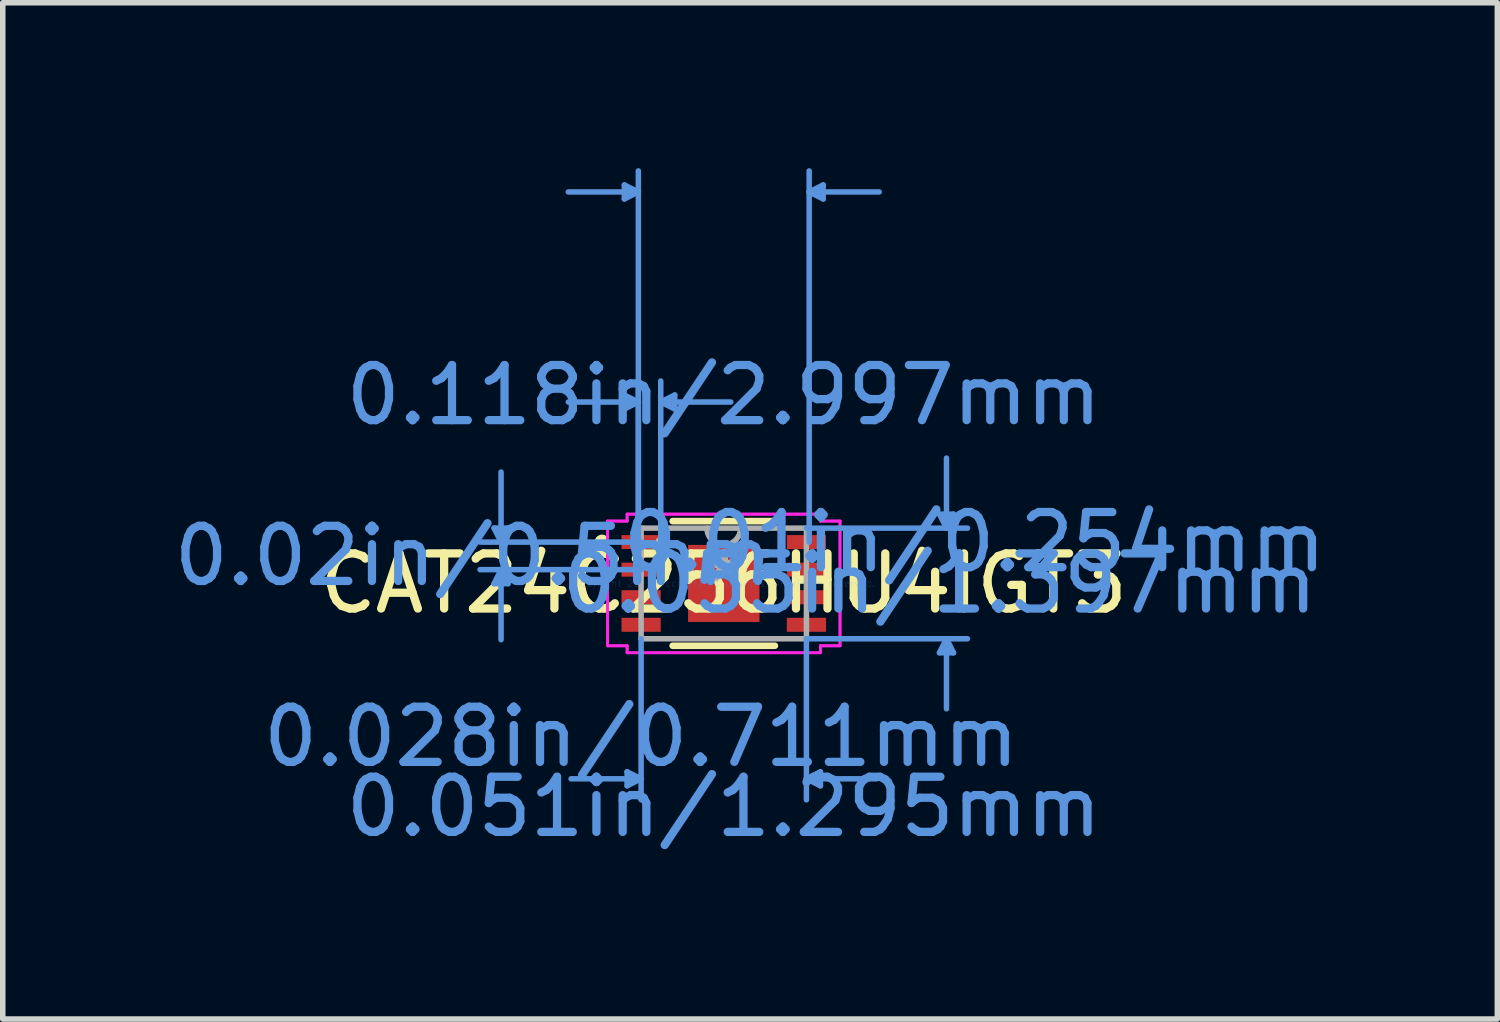
<source format=kicad_pcb>
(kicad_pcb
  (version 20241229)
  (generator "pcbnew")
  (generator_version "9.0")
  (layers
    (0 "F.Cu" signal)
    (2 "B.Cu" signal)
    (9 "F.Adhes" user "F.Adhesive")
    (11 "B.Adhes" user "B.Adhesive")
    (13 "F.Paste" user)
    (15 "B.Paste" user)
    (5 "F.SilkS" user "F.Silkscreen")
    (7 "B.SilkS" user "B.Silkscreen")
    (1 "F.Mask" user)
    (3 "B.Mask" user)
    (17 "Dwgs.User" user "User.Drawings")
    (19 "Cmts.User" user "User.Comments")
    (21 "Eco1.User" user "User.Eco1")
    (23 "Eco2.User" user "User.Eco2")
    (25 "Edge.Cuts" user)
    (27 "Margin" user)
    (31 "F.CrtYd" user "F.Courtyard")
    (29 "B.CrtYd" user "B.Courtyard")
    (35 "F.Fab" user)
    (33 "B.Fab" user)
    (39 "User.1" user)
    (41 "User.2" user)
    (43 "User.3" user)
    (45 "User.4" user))
  (footprint "CAT24C256HU4IGT3"
    (layer "F.Cu")
    (at 10.076 7.531)
    (property "Reference" "CAT24C256HU4IGT3" (at 0 0 0) (layer "F.SilkS") (effects (font (size 1 1) (thickness 0.15))))
    (attr through_hole)
    (fp_line (start -0.927 1.13) (end 0.927 1.13) (stroke (width 0.12) (type solid)) (layer "F.SilkS"))
    (fp_line (start 0.927 -1.13) (end -0.927 -1.13) (stroke (width 0.12) (type solid)) (layer "F.SilkS"))
    (fp_arc (start -2.18694 -0.676171) (mid -2.282 -0.75) (end -2.18694 -0.823829) (stroke (width 0.12) (type solid)) (layer "F.SilkS"))
    (fp_line (start -4.166 -1.004) (end -3.912 -1.004) (stroke (width 0.1) (type solid)) (layer "Cmts.User"))
    (fp_line (start -4.166 0.004) (end -3.912 0.004) (stroke (width 0.1) (type solid)) (layer "Cmts.User"))
    (fp_line (start -4.039 -0.75) (end -4.166 -1.004) (stroke (width 0.1) (type solid)) (layer "Cmts.User"))
    (fp_line (start -4.039 -0.75) (end -4.039 -2.02) (stroke (width 0.1) (type solid)) (layer "Cmts.User"))
    (fp_line (start -4.039 -0.75) (end -3.912 -1.004) (stroke (width 0.1) (type solid)) (layer "Cmts.User"))
    (fp_line (start -4.039 -0.25) (end -4.166 0.004) (stroke (width 0.1) (type solid)) (layer "Cmts.User"))
    (fp_line (start -4.039 -0.25) (end -4.039 1.02) (stroke (width 0.1) (type solid)) (layer "Cmts.User"))
    (fp_line (start -4.039 -0.25) (end -3.912 0.004) (stroke (width 0.1) (type solid)) (layer "Cmts.User"))
    (fp_line (start -1.803 -7.227) (end -1.803 -6.973) (stroke (width 0.1) (type solid)) (layer "Cmts.User"))
    (fp_line (start -1.803 -3.417) (end -1.803 -3.163) (stroke (width 0.1) (type solid)) (layer "Cmts.User"))
    (fp_line (start -1.753 3.416) (end -1.753 3.67) (stroke (width 0.1) (type solid)) (layer "Cmts.User"))
    (fp_line (start -1.549 -7.1) (end -2.819 -7.1) (stroke (width 0.1) (type solid)) (layer "Cmts.User"))
    (fp_line (start -1.549 -7.1) (end -1.803 -7.227) (stroke (width 0.1) (type solid)) (layer "Cmts.User"))
    (fp_line (start -1.549 -7.1) (end -1.803 -6.973) (stroke (width 0.1) (type solid)) (layer "Cmts.User"))
    (fp_line (start -1.549 -3.29) (end -2.819 -3.29) (stroke (width 0.1) (type solid)) (layer "Cmts.User"))
    (fp_line (start -1.549 -3.29) (end -1.803 -3.417) (stroke (width 0.1) (type solid)) (layer "Cmts.User"))
    (fp_line (start -1.549 -3.29) (end -1.803 -3.163) (stroke (width 0.1) (type solid)) (layer "Cmts.User"))
    (fp_line (start -1.549 -0.75) (end -1.549 -7.481) (stroke (width 0.1) (type solid)) (layer "Cmts.User"))
    (fp_line (start -1.549 -0.75) (end -1.549 -3.671) (stroke (width 0.1) (type solid)) (layer "Cmts.User"))
    (fp_line (start -1.499 -0.75) (end -4.42 -0.75) (stroke (width 0.1) (type solid)) (layer "Cmts.User"))
    (fp_line (start -1.499 -0.25) (end -4.42 -0.25) (stroke (width 0.1) (type solid)) (layer "Cmts.User"))
    (fp_line (start -1.499 1.003) (end -1.499 3.924) (stroke (width 0.1) (type solid)) (layer "Cmts.User"))
    (fp_line (start -1.499 3.543) (end -2.769 3.543) (stroke (width 0.1) (type solid)) (layer "Cmts.User"))
    (fp_line (start -1.499 3.543) (end -1.753 3.416) (stroke (width 0.1) (type solid)) (layer "Cmts.User"))
    (fp_line (start -1.499 3.543) (end -1.753 3.67) (stroke (width 0.1) (type solid)) (layer "Cmts.User"))
    (fp_line (start -1.143 -3.29) (end -0.889 -3.417) (stroke (width 0.1) (type solid)) (layer "Cmts.User"))
    (fp_line (start -1.143 -3.29) (end -0.889 -3.163) (stroke (width 0.1) (type solid)) (layer "Cmts.User"))
    (fp_line (start -1.143 -3.29) (end 0.127 -3.29) (stroke (width 0.1) (type solid)) (layer "Cmts.User"))
    (fp_line (start -1.143 -0.75) (end -1.143 -3.671) (stroke (width 0.1) (type solid)) (layer "Cmts.User"))
    (fp_line (start -0.889 -3.417) (end -0.889 -3.163) (stroke (width 0.1) (type solid)) (layer "Cmts.User"))
    (fp_line (start 1.499 -1.003) (end 4.42 -1.003) (stroke (width 0.1) (type solid)) (layer "Cmts.User"))
    (fp_line (start 1.499 1.003) (end 1.499 3.924) (stroke (width 0.1) (type solid)) (layer "Cmts.User"))
    (fp_line (start 1.499 1.003) (end 4.42 1.003) (stroke (width 0.1) (type solid)) (layer "Cmts.User"))
    (fp_line (start 1.499 3.543) (end 1.753 3.416) (stroke (width 0.1) (type solid)) (layer "Cmts.User"))
    (fp_line (start 1.499 3.543) (end 1.753 3.67) (stroke (width 0.1) (type solid)) (layer "Cmts.User"))
    (fp_line (start 1.499 3.543) (end 2.769 3.543) (stroke (width 0.1) (type solid)) (layer "Cmts.User"))
    (fp_line (start 1.549 -7.1) (end 1.803 -7.227) (stroke (width 0.1) (type solid)) (layer "Cmts.User"))
    (fp_line (start 1.549 -7.1) (end 1.803 -6.973) (stroke (width 0.1) (type solid)) (layer "Cmts.User"))
    (fp_line (start 1.549 -7.1) (end 2.819 -7.1) (stroke (width 0.1) (type solid)) (layer "Cmts.User"))
    (fp_line (start 1.549 -0.75) (end 1.549 -7.481) (stroke (width 0.1) (type solid)) (layer "Cmts.User"))
    (fp_line (start 1.753 3.416) (end 1.753 3.67) (stroke (width 0.1) (type solid)) (layer "Cmts.User"))
    (fp_line (start 1.803 -7.227) (end 1.803 -6.973) (stroke (width 0.1) (type solid)) (layer "Cmts.User"))
    (fp_line (start 3.912 -1.257) (end 4.166 -1.257) (stroke (width 0.1) (type solid)) (layer "Cmts.User"))
    (fp_line (start 3.912 1.257) (end 4.166 1.257) (stroke (width 0.1) (type solid)) (layer "Cmts.User"))
    (fp_line (start 4.039 -1.003) (end 3.912 -1.257) (stroke (width 0.1) (type solid)) (layer "Cmts.User"))
    (fp_line (start 4.039 -1.003) (end 4.039 -2.273) (stroke (width 0.1) (type solid)) (layer "Cmts.User"))
    (fp_line (start 4.039 -1.003) (end 4.166 -1.257) (stroke (width 0.1) (type solid)) (layer "Cmts.User"))
    (fp_line (start 4.039 1.003) (end 3.912 1.257) (stroke (width 0.1) (type solid)) (layer "Cmts.User"))
    (fp_line (start 4.039 1.003) (end 4.039 2.273) (stroke (width 0.1) (type solid)) (layer "Cmts.User"))
    (fp_line (start 4.039 1.003) (end 4.166 1.257) (stroke (width 0.1) (type solid)) (layer "Cmts.User"))
    (fp_line (start -2.108 -1.131) (end -1.753 -1.131) (stroke (width 0.05) (type solid)) (layer "F.CrtYd"))
    (fp_line (start -2.108 -1.131) (end -1.753 -1.131) (stroke (width 0.05) (type solid)) (layer "F.CrtYd"))
    (fp_line (start -2.108 1.131) (end -2.108 -1.131) (stroke (width 0.05) (type solid)) (layer "F.CrtYd"))
    (fp_line (start -2.108 1.131) (end -2.108 -1.131) (stroke (width 0.05) (type solid)) (layer "F.CrtYd"))
    (fp_line (start -2.108 1.131) (end -1.753 1.131) (stroke (width 0.05) (type solid)) (layer "F.CrtYd"))
    (fp_line (start -1.753 -1.257) (end 1.753 -1.257) (stroke (width 0.05) (type solid)) (layer "F.CrtYd"))
    (fp_line (start -1.753 -1.257) (end 1.753 -1.257) (stroke (width 0.05) (type solid)) (layer "F.CrtYd"))
    (fp_line (start -1.753 -1.131) (end -1.753 -1.257) (stroke (width 0.05) (type solid)) (layer "F.CrtYd"))
    (fp_line (start -1.753 -1.131) (end -1.753 -1.257) (stroke (width 0.05) (type solid)) (layer "F.CrtYd"))
    (fp_line (start -1.753 1.131) (end -2.108 1.131) (stroke (width 0.05) (type solid)) (layer "F.CrtYd"))
    (fp_line (start -1.753 1.257) (end -1.753 1.131) (stroke (width 0.05) (type solid)) (layer "F.CrtYd"))
    (fp_line (start -1.753 1.257) (end -1.753 1.131) (stroke (width 0.05) (type solid)) (layer "F.CrtYd"))
    (fp_line (start 1.753 -1.257) (end 1.753 -1.131) (stroke (width 0.05) (type solid)) (layer "F.CrtYd"))
    (fp_line (start 1.753 -1.257) (end 1.753 -1.131) (stroke (width 0.05) (type solid)) (layer "F.CrtYd"))
    (fp_line (start 1.753 -1.131) (end 2.108 -1.131) (stroke (width 0.05) (type solid)) (layer "F.CrtYd"))
    (fp_line (start 1.753 1.131) (end 1.753 1.257) (stroke (width 0.05) (type solid)) (layer "F.CrtYd"))
    (fp_line (start 1.753 1.131) (end 1.753 1.257) (stroke (width 0.05) (type solid)) (layer "F.CrtYd"))
    (fp_line (start 1.753 1.257) (end -1.753 1.257) (stroke (width 0.05) (type solid)) (layer "F.CrtYd"))
    (fp_line (start 1.753 1.257) (end -1.753 1.257) (stroke (width 0.05) (type solid)) (layer "F.CrtYd"))
    (fp_line (start 2.108 -1.131) (end 1.753 -1.131) (stroke (width 0.05) (type solid)) (layer "F.CrtYd"))
    (fp_line (start 2.108 -1.131) (end 2.108 1.131) (stroke (width 0.05) (type solid)) (layer "F.CrtYd"))
    (fp_line (start 2.108 -1.131) (end 2.108 1.131) (stroke (width 0.05) (type solid)) (layer "F.CrtYd"))
    (fp_line (start 2.108 1.131) (end 1.753 1.131) (stroke (width 0.05) (type solid)) (layer "F.CrtYd"))
    (fp_line (start 2.108 1.131) (end 1.753 1.131) (stroke (width 0.05) (type solid)) (layer "F.CrtYd"))
    (fp_line (start -1.499 -1.003) (end -1.499 1.003) (stroke (width 0.1) (type solid)) (layer "F.Fab"))
    (fp_line (start -1.499 1.003) (end 1.499 1.003) (stroke (width 0.1) (type solid)) (layer "F.Fab"))
    (fp_line (start 1.499 -1.003) (end -1.499 -1.003) (stroke (width 0.1) (type solid)) (layer "F.Fab"))
    (fp_line (start 1.499 1.003) (end 1.499 -1.003) (stroke (width 0.1) (type solid)) (layer "F.Fab"))
    (fp_arc (start 0.3048 -1.0033) (mid 0 -0.6985) (end -0.3048 -1.0033) (stroke (width 0.1) (type solid)) (layer "F.Fab"))
    (fp_circle (center -1.143 -0.75) (end -1.143 -0.75) (stroke (width 0.1) (type solid)) (fill no) (layer "F.Fab"))
    (fp_text user "*" (at 0 0 0) (layer "F.SilkS") (effects (font (size 1 1) (thickness 0.15))))
    (fp_text user "0.01in/0.254mm" (at 4.547 -0.75 0) (layer "Cmts.User") (effects (font (size 1 1) (thickness 0.15))))
    (fp_text user "0.02in/0.5mm" (at -4.547 -0.5 0) (layer "Cmts.User") (effects (font (size 1 1) (thickness 0.15))))
    (fp_text user "0.028in/0.711mm" (at -1.499 2.781 0) (layer "Cmts.User") (effects (font (size 1 1) (thickness 0.15))))
    (fp_text user "0.118in/2.997mm" (at 0 -3.416 0) (layer "Cmts.User") (effects (font (size 1 1) (thickness 0.15))))
    (fp_text user "0.051in/1.295mm" (at 0 4.051 0) (layer "Cmts.User") (effects (font (size 1 1) (thickness 0.15))))
    (fp_text user "Copyright 2021 Accelerated Designs. All rights reserved." (at 0 0 0) (layer "Cmts.User") (effects (font (size 0.127 0.127) (thickness 0.002))))
    (fp_text user "0.055in/1.397mm" (at 3.912 0 0) (layer "Cmts.User") (effects (font (size 1 1) (thickness 0.15))))
    (fp_text user "*" (at 0 0 0) (layer "F.Fab") (effects (font (size 1 1) (thickness 0.15))))
    (pad "1" smd rect (at -1.499 -0.75) (size 0.711 0.254) (layers "F.Cu" "F.Mask" "F.Paste"))
    (pad "2" smd rect (at -1.499 -0.25) (size 0.711 0.254) (layers "F.Cu" "F.Mask" "F.Paste"))
    (pad "3" smd rect (at -1.499 0.25) (size 0.711 0.254) (layers "F.Cu" "F.Mask" "F.Paste"))
    (pad "4" smd rect (at -1.499 0.75) (size 0.711 0.254) (layers "F.Cu" "F.Mask" "F.Paste"))
    (pad "5" smd rect (at 1.499 0.75) (size 0.711 0.254) (layers "F.Cu" "F.Mask" "F.Paste"))
    (pad "6" smd rect (at 1.499 0.25) (size 0.711 0.254) (layers "F.Cu" "F.Mask" "F.Paste"))
    (pad "7" smd rect (at 1.499 -0.25) (size 0.711 0.254) (layers "F.Cu" "F.Mask" "F.Paste"))
    (pad "8" smd rect (at 1.499 -0.75) (size 0.711 0.254) (layers "F.Cu" "F.Mask" "F.Paste"))
    (pad "9" smd rect (at 0 0) (size 1.295 1.397) (layers "F.Cu" "F.Mask" "F.Paste")))
  (gr_rect
    (start -3 -3)
    (end 24.105 15.431)
    (stroke (width 0.1) (type default))
    (fill no)
    (layer "Edge.Cuts")))
</source>
